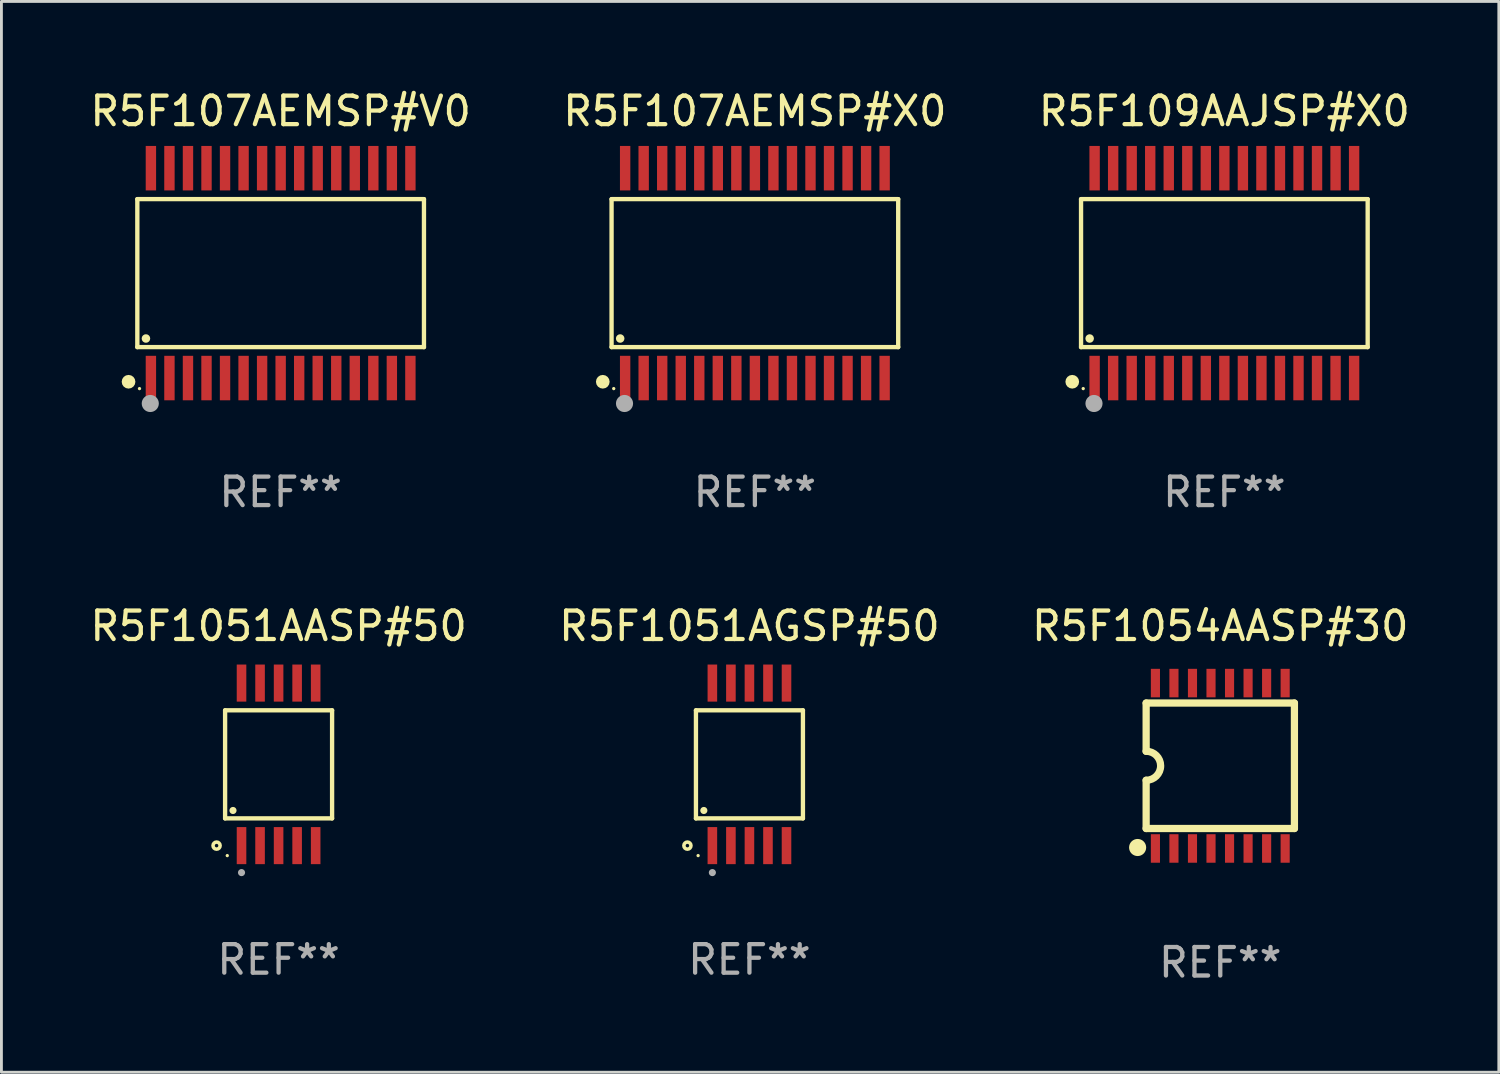
<source format=kicad_pcb>
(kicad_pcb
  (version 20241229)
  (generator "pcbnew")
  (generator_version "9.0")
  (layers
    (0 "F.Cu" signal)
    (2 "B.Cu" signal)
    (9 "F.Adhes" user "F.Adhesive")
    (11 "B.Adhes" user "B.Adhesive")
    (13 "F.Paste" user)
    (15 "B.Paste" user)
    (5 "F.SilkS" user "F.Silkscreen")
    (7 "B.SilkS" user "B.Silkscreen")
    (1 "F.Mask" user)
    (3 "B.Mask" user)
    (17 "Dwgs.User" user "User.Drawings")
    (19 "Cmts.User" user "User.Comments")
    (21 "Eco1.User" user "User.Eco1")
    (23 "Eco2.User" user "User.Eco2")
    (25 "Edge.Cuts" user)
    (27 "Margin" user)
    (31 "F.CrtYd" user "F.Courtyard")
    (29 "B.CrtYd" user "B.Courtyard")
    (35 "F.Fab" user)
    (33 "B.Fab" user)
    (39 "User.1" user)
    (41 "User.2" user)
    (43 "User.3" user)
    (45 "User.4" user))
  (footprint "R5F1054AASP#30"
    (layer "F.Cu")
    (at 39.744 23.805)
    (property "Reference" "R5F1054AASP#30" (at 0 -4.9 0) (layer "F.SilkS") (effects (font (size 1 1) (thickness 0.15))))
    (attr through_hole)
    (fp_line (start -2.6 -2.2) (end -2.6 -0.508) (stroke (width 0.254) (type solid)) (layer "F.SilkS"))
    (fp_line (start -2.6 2.2) (end -2.6 0.508) (stroke (width 0.254) (type solid)) (layer "F.SilkS"))
    (fp_line (start 2.6 -2.2) (end -2.6 -2.2) (stroke (width 0.254) (type solid)) (layer "F.SilkS"))
    (fp_line (start 2.6 -2.2) (end 2.6 2.2) (stroke (width 0.254) (type solid)) (layer "F.SilkS"))
    (fp_line (start 2.6 2.2) (end -2.6 2.2) (stroke (width 0.254) (type solid)) (layer "F.SilkS"))
    (fp_arc (start -2.600253 -0.508889) (mid -2.091796 -0.00057) (end -2.6 0.508001) (stroke (width 0.254001) (type solid)) (layer "F.SilkS"))
    (fp_circle (center -2.899 2.866) (end -2.749 2.866) (stroke (width 0.3) (type solid)) (fill no) (layer "F.SilkS"))
    (fp_text user "REF**" (at 0 6.9 0) (layer "F.Fab") (effects (font (size 1 1) (thickness 0.15))))
    (pad "1" smd rect (at -2.275 2.9) (size 0.32 1) (layers "F.Cu" "F.Mask" "F.Paste"))
    (pad "2" smd rect (at -1.625 2.9) (size 0.32 1) (layers "F.Cu" "F.Mask" "F.Paste"))
    (pad "3" smd rect (at -0.975 2.9) (size 0.32 1) (layers "F.Cu" "F.Mask" "F.Paste"))
    (pad "4" smd rect (at -0.325 2.9) (size 0.32 1) (layers "F.Cu" "F.Mask" "F.Paste"))
    (pad "5" smd rect (at 0.325 2.9) (size 0.32 1) (layers "F.Cu" "F.Mask" "F.Paste"))
    (pad "6" smd rect (at 0.975 2.9) (size 0.32 1) (layers "F.Cu" "F.Mask" "F.Paste"))
    (pad "7" smd rect (at 1.625 2.9) (size 0.32 1) (layers "F.Cu" "F.Mask" "F.Paste"))
    (pad "8" smd rect (at 2.275 2.9) (size 0.32 1) (layers "F.Cu" "F.Mask" "F.Paste"))
    (pad "9" smd rect (at 2.275 -2.9) (size 0.32 1) (layers "F.Cu" "F.Mask" "F.Paste"))
    (pad "10" smd rect (at 1.625 -2.9) (size 0.32 1) (layers "F.Cu" "F.Mask" "F.Paste"))
    (pad "11" smd rect (at 0.975 -2.9) (size 0.32 1) (layers "F.Cu" "F.Mask" "F.Paste"))
    (pad "12" smd rect (at 0.325 -2.9) (size 0.32 1) (layers "F.Cu" "F.Mask" "F.Paste"))
    (pad "13" smd rect (at -0.325 -2.9) (size 0.32 1) (layers "F.Cu" "F.Mask" "F.Paste"))
    (pad "14" smd rect (at -0.975 -2.9) (size 0.32 1) (layers "F.Cu" "F.Mask" "F.Paste"))
    (pad "15" smd rect (at -1.625 -2.9) (size 0.32 1) (layers "F.Cu" "F.Mask" "F.Paste"))
    (pad "16" smd rect (at -2.275 -2.9) (size 0.32 1) (layers "F.Cu" "F.Mask" "F.Paste")))
  (footprint "R5F1051AASP#50"
    (layer "F.Cu")
    (at 6.72 23.755)
    (property "Reference" "R5F1051AASP#50" (at 0 -4.85 0) (layer "F.SilkS") (effects (font (size 1 1) (thickness 0.15))))
    (attr through_hole)
    (fp_line (start -1.876 -1.895) (end 1.876 -1.895) (stroke (width 0.152) (type solid)) (layer "F.SilkS"))
    (fp_line (start -1.876 1.895) (end -1.876 -1.895) (stroke (width 0.152) (type solid)) (layer "F.SilkS"))
    (fp_line (start 1.876 -1.895) (end 1.876 1.895) (stroke (width 0.152) (type solid)) (layer "F.SilkS"))
    (fp_line (start 1.876 1.895) (end -1.876 1.895) (stroke (width 0.152) (type solid)) (layer "F.SilkS"))
    (fp_circle (center -2.175 2.85) (end -2.113 2.85) (stroke (width 0.125) (type solid)) (fill no) (layer "F.SilkS"))
    (fp_circle (center -1.8 3.2) (end -1.77 3.2) (stroke (width 0.06) (type solid)) (fill no) (layer "F.SilkS"))
    (fp_circle (center -1.599 1.618) (end -1.536 1.618) (stroke (width 0.125) (type solid)) (fill no) (layer "F.SilkS"))
    (fp_circle (center -1.3 3.796) (end -1.237 3.796) (stroke (width 0.125) (type solid)) (fill no) (layer "F.Fab"))
    (fp_text user "REF**" (at 0 6.85 0) (layer "F.Fab") (effects (font (size 1 1) (thickness 0.15))))
    (pad "1" smd rect (at -1.3 2.85) (size 0.336 1.3) (layers "F.Cu" "F.Mask" "F.Paste"))
    (pad "2" smd rect (at -0.65 2.85) (size 0.336 1.3) (layers "F.Cu" "F.Mask" "F.Paste"))
    (pad "3" smd rect (at 0 2.85) (size 0.336 1.3) (layers "F.Cu" "F.Mask" "F.Paste"))
    (pad "4" smd rect (at 0.65 2.85) (size 0.336 1.3) (layers "F.Cu" "F.Mask" "F.Paste"))
    (pad "5" smd rect (at 1.3 2.85) (size 0.336 1.3) (layers "F.Cu" "F.Mask" "F.Paste"))
    (pad "6" smd rect (at 1.3 -2.85) (size 0.336 1.3) (layers "F.Cu" "F.Mask" "F.Paste"))
    (pad "7" smd rect (at 0.65 -2.85) (size 0.336 1.3) (layers "F.Cu" "F.Mask" "F.Paste"))
    (pad "8" smd rect (at 0 -2.85) (size 0.336 1.3) (layers "F.Cu" "F.Mask" "F.Paste"))
    (pad "9" smd rect (at -0.65 -2.85) (size 0.336 1.3) (layers "F.Cu" "F.Mask" "F.Paste"))
    (pad "10" smd rect (at -1.3 -2.85) (size 0.336 1.3) (layers "F.Cu" "F.Mask" "F.Paste")))
  (footprint "R5F109AAJSP#X0"
    (layer "F.Cu")
    (at 39.887 6.528)
    (property "Reference" "R5F109AAJSP#X0" (at 0 -5.68 0) (layer "F.SilkS") (effects (font (size 1 1) (thickness 0.15))))
    (attr through_hole)
    (fp_line (start -5.026 -2.595) (end 5.026 -2.595) (stroke (width 0.152) (type solid)) (layer "F.SilkS"))
    (fp_line (start -5.026 2.595) (end -5.026 -2.595) (stroke (width 0.152) (type solid)) (layer "F.SilkS"))
    (fp_line (start 5.026 -2.595) (end 5.026 2.595) (stroke (width 0.152) (type solid)) (layer "F.SilkS"))
    (fp_line (start 5.026 2.595) (end -5.026 2.595) (stroke (width 0.152) (type solid)) (layer "F.SilkS"))
    (fp_circle (center -5.334 3.81) (end -5.214 3.81) (stroke (width 0.24) (type solid)) (fill no) (layer "F.SilkS"))
    (fp_circle (center -4.95 4.05) (end -4.92 4.05) (stroke (width 0.06) (type solid)) (fill no) (layer "F.SilkS"))
    (fp_circle (center -4.724 2.293) (end -4.649 2.293) (stroke (width 0.15) (type solid)) (fill no) (layer "F.SilkS"))
    (fp_circle (center -4.572 4.572) (end -4.422 4.572) (stroke (width 0.3) (type solid)) (fill no) (layer "F.Fab"))
    (fp_text user "REF**" (at 0 7.68 0) (layer "F.Fab") (effects (font (size 1 1) (thickness 0.15))))
    (pad "1" smd rect (at -4.55 3.68) (size 0.364 1.56) (layers "F.Cu" "F.Mask" "F.Paste"))
    (pad "2" smd rect (at -3.9 3.68) (size 0.364 1.56) (layers "F.Cu" "F.Mask" "F.Paste"))
    (pad "3" smd rect (at -3.25 3.68) (size 0.364 1.56) (layers "F.Cu" "F.Mask" "F.Paste"))
    (pad "4" smd rect (at -2.6 3.68) (size 0.364 1.56) (layers "F.Cu" "F.Mask" "F.Paste"))
    (pad "5" smd rect (at -1.95 3.68) (size 0.364 1.56) (layers "F.Cu" "F.Mask" "F.Paste"))
    (pad "6" smd rect (at -1.3 3.68) (size 0.364 1.56) (layers "F.Cu" "F.Mask" "F.Paste"))
    (pad "7" smd rect (at -0.65 3.68) (size 0.364 1.56) (layers "F.Cu" "F.Mask" "F.Paste"))
    (pad "8" smd rect (at -0.000013 3.68) (size 0.364 1.56) (layers "F.Cu" "F.Mask" "F.Paste"))
    (pad "9" smd rect (at 0.65 3.68) (size 0.364 1.56) (layers "F.Cu" "F.Mask" "F.Paste"))
    (pad "10" smd rect (at 1.3 3.68) (size 0.364 1.56) (layers "F.Cu" "F.Mask" "F.Paste"))
    (pad "11" smd rect (at 1.95 3.68) (size 0.364 1.56) (layers "F.Cu" "F.Mask" "F.Paste"))
    (pad "12" smd rect (at 2.6 3.68) (size 0.364 1.56) (layers "F.Cu" "F.Mask" "F.Paste"))
    (pad "13" smd rect (at 3.25 3.68) (size 0.364 1.56) (layers "F.Cu" "F.Mask" "F.Paste"))
    (pad "14" smd rect (at 3.9 3.68) (size 0.364 1.56) (layers "F.Cu" "F.Mask" "F.Paste"))
    (pad "15" smd rect (at 4.55 3.68) (size 0.364 1.56) (layers "F.Cu" "F.Mask" "F.Paste"))
    (pad "16" smd rect (at 4.55 -3.68) (size 0.364 1.56) (layers "F.Cu" "F.Mask" "F.Paste"))
    (pad "17" smd rect (at 3.9 -3.68) (size 0.364 1.56) (layers "F.Cu" "F.Mask" "F.Paste"))
    (pad "18" smd rect (at 3.25 -3.68) (size 0.364 1.56) (layers "F.Cu" "F.Mask" "F.Paste"))
    (pad "19" smd rect (at 2.6 -3.68) (size 0.364 1.56) (layers "F.Cu" "F.Mask" "F.Paste"))
    (pad "20" smd rect (at 1.95 -3.68) (size 0.364 1.56) (layers "F.Cu" "F.Mask" "F.Paste"))
    (pad "21" smd rect (at 1.3 -3.68) (size 0.364 1.56) (layers "F.Cu" "F.Mask" "F.Paste"))
    (pad "22" smd rect (at 0.65 -3.68) (size 0.364 1.56) (layers "F.Cu" "F.Mask" "F.Paste"))
    (pad "23" smd rect (at -0.000013 -3.68) (size 0.364 1.56) (layers "F.Cu" "F.Mask" "F.Paste"))
    (pad "24" smd rect (at -0.65 -3.68) (size 0.364 1.56) (layers "F.Cu" "F.Mask" "F.Paste"))
    (pad "25" smd rect (at -1.3 -3.68) (size 0.364 1.56) (layers "F.Cu" "F.Mask" "F.Paste"))
    (pad "26" smd rect (at -1.95 -3.68) (size 0.364 1.56) (layers "F.Cu" "F.Mask" "F.Paste"))
    (pad "27" smd rect (at -2.6 -3.68) (size 0.364 1.56) (layers "F.Cu" "F.Mask" "F.Paste"))
    (pad "28" smd rect (at -3.25 -3.68) (size 0.364 1.56) (layers "F.Cu" "F.Mask" "F.Paste"))
    (pad "29" smd rect (at -3.9 -3.68) (size 0.364 1.56) (layers "F.Cu" "F.Mask" "F.Paste"))
    (pad "30" smd rect (at -4.55 -3.68) (size 0.364 1.56) (layers "F.Cu" "F.Mask" "F.Paste")))
  (footprint "R5F1051AGSP#50"
    (layer "F.Cu")
    (at 23.232 23.755)
    (property "Reference" "R5F1051AGSP#50" (at 0 -4.85 0) (layer "F.SilkS") (effects (font (size 1 1) (thickness 0.15))))
    (attr through_hole)
    (fp_line (start -1.876 -1.895) (end 1.876 -1.895) (stroke (width 0.152) (type solid)) (layer "F.SilkS"))
    (fp_line (start -1.876 1.895) (end -1.876 -1.895) (stroke (width 0.152) (type solid)) (layer "F.SilkS"))
    (fp_line (start 1.876 -1.895) (end 1.876 1.895) (stroke (width 0.152) (type solid)) (layer "F.SilkS"))
    (fp_line (start 1.876 1.895) (end -1.876 1.895) (stroke (width 0.152) (type solid)) (layer "F.SilkS"))
    (fp_circle (center -2.175 2.85) (end -2.113 2.85) (stroke (width 0.125) (type solid)) (fill no) (layer "F.SilkS"))
    (fp_circle (center -1.8 3.2) (end -1.77 3.2) (stroke (width 0.06) (type solid)) (fill no) (layer "F.SilkS"))
    (fp_circle (center -1.599 1.618) (end -1.536 1.618) (stroke (width 0.125) (type solid)) (fill no) (layer "F.SilkS"))
    (fp_circle (center -1.3 3.796) (end -1.237 3.796) (stroke (width 0.125) (type solid)) (fill no) (layer "F.Fab"))
    (fp_text user "REF**" (at 0 6.85 0) (layer "F.Fab") (effects (font (size 1 1) (thickness 0.15))))
    (pad "1" smd rect (at -1.3 2.85) (size 0.336 1.3) (layers "F.Cu" "F.Mask" "F.Paste"))
    (pad "2" smd rect (at -0.65 2.85) (size 0.336 1.3) (layers "F.Cu" "F.Mask" "F.Paste"))
    (pad "3" smd rect (at 0 2.85) (size 0.336 1.3) (layers "F.Cu" "F.Mask" "F.Paste"))
    (pad "4" smd rect (at 0.65 2.85) (size 0.336 1.3) (layers "F.Cu" "F.Mask" "F.Paste"))
    (pad "5" smd rect (at 1.3 2.85) (size 0.336 1.3) (layers "F.Cu" "F.Mask" "F.Paste"))
    (pad "6" smd rect (at 1.3 -2.85) (size 0.336 1.3) (layers "F.Cu" "F.Mask" "F.Paste"))
    (pad "7" smd rect (at 0.65 -2.85) (size 0.336 1.3) (layers "F.Cu" "F.Mask" "F.Paste"))
    (pad "8" smd rect (at 0 -2.85) (size 0.336 1.3) (layers "F.Cu" "F.Mask" "F.Paste"))
    (pad "9" smd rect (at -0.65 -2.85) (size 0.336 1.3) (layers "F.Cu" "F.Mask" "F.Paste"))
    (pad "10" smd rect (at -1.3 -2.85) (size 0.336 1.3) (layers "F.Cu" "F.Mask" "F.Paste")))
  (footprint "R5F107AEMSP#X0"
    (layer "F.Cu")
    (at 23.423 6.528)
    (property "Reference" "R5F107AEMSP#X0" (at 0 -5.68 0) (layer "F.SilkS") (effects (font (size 1 1) (thickness 0.15))))
    (attr through_hole)
    (fp_line (start -5.026 -2.595) (end 5.026 -2.595) (stroke (width 0.152) (type solid)) (layer "F.SilkS"))
    (fp_line (start -5.026 2.595) (end -5.026 -2.595) (stroke (width 0.152) (type solid)) (layer "F.SilkS"))
    (fp_line (start 5.026 -2.595) (end 5.026 2.595) (stroke (width 0.152) (type solid)) (layer "F.SilkS"))
    (fp_line (start 5.026 2.595) (end -5.026 2.595) (stroke (width 0.152) (type solid)) (layer "F.SilkS"))
    (fp_circle (center -5.334 3.81) (end -5.214 3.81) (stroke (width 0.24) (type solid)) (fill no) (layer "F.SilkS"))
    (fp_circle (center -4.95 4.05) (end -4.92 4.05) (stroke (width 0.06) (type solid)) (fill no) (layer "F.SilkS"))
    (fp_circle (center -4.724 2.293) (end -4.649 2.293) (stroke (width 0.15) (type solid)) (fill no) (layer "F.SilkS"))
    (fp_circle (center -4.572 4.572) (end -4.422 4.572) (stroke (width 0.3) (type solid)) (fill no) (layer "F.Fab"))
    (fp_text user "REF**" (at 0 7.68 0) (layer "F.Fab") (effects (font (size 1 1) (thickness 0.15))))
    (pad "1" smd rect (at -4.55 3.68) (size 0.364 1.56) (layers "F.Cu" "F.Mask" "F.Paste"))
    (pad "2" smd rect (at -3.9 3.68) (size 0.364 1.56) (layers "F.Cu" "F.Mask" "F.Paste"))
    (pad "3" smd rect (at -3.25 3.68) (size 0.364 1.56) (layers "F.Cu" "F.Mask" "F.Paste"))
    (pad "4" smd rect (at -2.6 3.68) (size 0.364 1.56) (layers "F.Cu" "F.Mask" "F.Paste"))
    (pad "5" smd rect (at -1.95 3.68) (size 0.364 1.56) (layers "F.Cu" "F.Mask" "F.Paste"))
    (pad "6" smd rect (at -1.3 3.68) (size 0.364 1.56) (layers "F.Cu" "F.Mask" "F.Paste"))
    (pad "7" smd rect (at -0.65 3.68) (size 0.364 1.56) (layers "F.Cu" "F.Mask" "F.Paste"))
    (pad "8" smd rect (at -0.000013 3.68) (size 0.364 1.56) (layers "F.Cu" "F.Mask" "F.Paste"))
    (pad "9" smd rect (at 0.65 3.68) (size 0.364 1.56) (layers "F.Cu" "F.Mask" "F.Paste"))
    (pad "10" smd rect (at 1.3 3.68) (size 0.364 1.56) (layers "F.Cu" "F.Mask" "F.Paste"))
    (pad "11" smd rect (at 1.95 3.68) (size 0.364 1.56) (layers "F.Cu" "F.Mask" "F.Paste"))
    (pad "12" smd rect (at 2.6 3.68) (size 0.364 1.56) (layers "F.Cu" "F.Mask" "F.Paste"))
    (pad "13" smd rect (at 3.25 3.68) (size 0.364 1.56) (layers "F.Cu" "F.Mask" "F.Paste"))
    (pad "14" smd rect (at 3.9 3.68) (size 0.364 1.56) (layers "F.Cu" "F.Mask" "F.Paste"))
    (pad "15" smd rect (at 4.55 3.68) (size 0.364 1.56) (layers "F.Cu" "F.Mask" "F.Paste"))
    (pad "16" smd rect (at 4.55 -3.68) (size 0.364 1.56) (layers "F.Cu" "F.Mask" "F.Paste"))
    (pad "17" smd rect (at 3.9 -3.68) (size 0.364 1.56) (layers "F.Cu" "F.Mask" "F.Paste"))
    (pad "18" smd rect (at 3.25 -3.68) (size 0.364 1.56) (layers "F.Cu" "F.Mask" "F.Paste"))
    (pad "19" smd rect (at 2.6 -3.68) (size 0.364 1.56) (layers "F.Cu" "F.Mask" "F.Paste"))
    (pad "20" smd rect (at 1.95 -3.68) (size 0.364 1.56) (layers "F.Cu" "F.Mask" "F.Paste"))
    (pad "21" smd rect (at 1.3 -3.68) (size 0.364 1.56) (layers "F.Cu" "F.Mask" "F.Paste"))
    (pad "22" smd rect (at 0.65 -3.68) (size 0.364 1.56) (layers "F.Cu" "F.Mask" "F.Paste"))
    (pad "23" smd rect (at -0.000013 -3.68) (size 0.364 1.56) (layers "F.Cu" "F.Mask" "F.Paste"))
    (pad "24" smd rect (at -0.65 -3.68) (size 0.364 1.56) (layers "F.Cu" "F.Mask" "F.Paste"))
    (pad "25" smd rect (at -1.3 -3.68) (size 0.364 1.56) (layers "F.Cu" "F.Mask" "F.Paste"))
    (pad "26" smd rect (at -1.95 -3.68) (size 0.364 1.56) (layers "F.Cu" "F.Mask" "F.Paste"))
    (pad "27" smd rect (at -2.6 -3.68) (size 0.364 1.56) (layers "F.Cu" "F.Mask" "F.Paste"))
    (pad "28" smd rect (at -3.25 -3.68) (size 0.364 1.56) (layers "F.Cu" "F.Mask" "F.Paste"))
    (pad "29" smd rect (at -3.9 -3.68) (size 0.364 1.56) (layers "F.Cu" "F.Mask" "F.Paste"))
    (pad "30" smd rect (at -4.55 -3.68) (size 0.364 1.56) (layers "F.Cu" "F.Mask" "F.Paste")))
  (footprint "R5F107AEMSP#V0"
    (layer "F.Cu")
    (at 6.792 6.528)
    (property "Reference" "R5F107AEMSP#V0" (at 0 -5.68 0) (layer "F.SilkS") (effects (font (size 1 1) (thickness 0.15))))
    (attr through_hole)
    (fp_line (start -5.026 -2.595) (end 5.026 -2.595) (stroke (width 0.152) (type solid)) (layer "F.SilkS"))
    (fp_line (start -5.026 2.595) (end -5.026 -2.595) (stroke (width 0.152) (type solid)) (layer "F.SilkS"))
    (fp_line (start 5.026 -2.595) (end 5.026 2.595) (stroke (width 0.152) (type solid)) (layer "F.SilkS"))
    (fp_line (start 5.026 2.595) (end -5.026 2.595) (stroke (width 0.152) (type solid)) (layer "F.SilkS"))
    (fp_circle (center -5.334 3.81) (end -5.214 3.81) (stroke (width 0.24) (type solid)) (fill no) (layer "F.SilkS"))
    (fp_circle (center -4.95 4.05) (end -4.92 4.05) (stroke (width 0.06) (type solid)) (fill no) (layer "F.SilkS"))
    (fp_circle (center -4.724 2.293) (end -4.649 2.293) (stroke (width 0.15) (type solid)) (fill no) (layer "F.SilkS"))
    (fp_circle (center -4.572 4.572) (end -4.422 4.572) (stroke (width 0.3) (type solid)) (fill no) (layer "F.Fab"))
    (fp_text user "REF**" (at 0 7.68 0) (layer "F.Fab") (effects (font (size 1 1) (thickness 0.15))))
    (pad "1" smd rect (at -4.55 3.68) (size 0.364 1.56) (layers "F.Cu" "F.Mask" "F.Paste"))
    (pad "2" smd rect (at -3.9 3.68) (size 0.364 1.56) (layers "F.Cu" "F.Mask" "F.Paste"))
    (pad "3" smd rect (at -3.25 3.68) (size 0.364 1.56) (layers "F.Cu" "F.Mask" "F.Paste"))
    (pad "4" smd rect (at -2.6 3.68) (size 0.364 1.56) (layers "F.Cu" "F.Mask" "F.Paste"))
    (pad "5" smd rect (at -1.95 3.68) (size 0.364 1.56) (layers "F.Cu" "F.Mask" "F.Paste"))
    (pad "6" smd rect (at -1.3 3.68) (size 0.364 1.56) (layers "F.Cu" "F.Mask" "F.Paste"))
    (pad "7" smd rect (at -0.65 3.68) (size 0.364 1.56) (layers "F.Cu" "F.Mask" "F.Paste"))
    (pad "8" smd rect (at -0.000013 3.68) (size 0.364 1.56) (layers "F.Cu" "F.Mask" "F.Paste"))
    (pad "9" smd rect (at 0.65 3.68) (size 0.364 1.56) (layers "F.Cu" "F.Mask" "F.Paste"))
    (pad "10" smd rect (at 1.3 3.68) (size 0.364 1.56) (layers "F.Cu" "F.Mask" "F.Paste"))
    (pad "11" smd rect (at 1.95 3.68) (size 0.364 1.56) (layers "F.Cu" "F.Mask" "F.Paste"))
    (pad "12" smd rect (at 2.6 3.68) (size 0.364 1.56) (layers "F.Cu" "F.Mask" "F.Paste"))
    (pad "13" smd rect (at 3.25 3.68) (size 0.364 1.56) (layers "F.Cu" "F.Mask" "F.Paste"))
    (pad "14" smd rect (at 3.9 3.68) (size 0.364 1.56) (layers "F.Cu" "F.Mask" "F.Paste"))
    (pad "15" smd rect (at 4.55 3.68) (size 0.364 1.56) (layers "F.Cu" "F.Mask" "F.Paste"))
    (pad "16" smd rect (at 4.55 -3.68) (size 0.364 1.56) (layers "F.Cu" "F.Mask" "F.Paste"))
    (pad "17" smd rect (at 3.9 -3.68) (size 0.364 1.56) (layers "F.Cu" "F.Mask" "F.Paste"))
    (pad "18" smd rect (at 3.25 -3.68) (size 0.364 1.56) (layers "F.Cu" "F.Mask" "F.Paste"))
    (pad "19" smd rect (at 2.6 -3.68) (size 0.364 1.56) (layers "F.Cu" "F.Mask" "F.Paste"))
    (pad "20" smd rect (at 1.95 -3.68) (size 0.364 1.56) (layers "F.Cu" "F.Mask" "F.Paste"))
    (pad "21" smd rect (at 1.3 -3.68) (size 0.364 1.56) (layers "F.Cu" "F.Mask" "F.Paste"))
    (pad "22" smd rect (at 0.65 -3.68) (size 0.364 1.56) (layers "F.Cu" "F.Mask" "F.Paste"))
    (pad "23" smd rect (at -0.000013 -3.68) (size 0.364 1.56) (layers "F.Cu" "F.Mask" "F.Paste"))
    (pad "24" smd rect (at -0.65 -3.68) (size 0.364 1.56) (layers "F.Cu" "F.Mask" "F.Paste"))
    (pad "25" smd rect (at -1.3 -3.68) (size 0.364 1.56) (layers "F.Cu" "F.Mask" "F.Paste"))
    (pad "26" smd rect (at -1.95 -3.68) (size 0.364 1.56) (layers "F.Cu" "F.Mask" "F.Paste"))
    (pad "27" smd rect (at -2.6 -3.68) (size 0.364 1.56) (layers "F.Cu" "F.Mask" "F.Paste"))
    (pad "28" smd rect (at -3.25 -3.68) (size 0.364 1.56) (layers "F.Cu" "F.Mask" "F.Paste"))
    (pad "29" smd rect (at -3.9 -3.68) (size 0.364 1.56) (layers "F.Cu" "F.Mask" "F.Paste"))
    (pad "30" smd rect (at -4.55 -3.68) (size 0.364 1.56) (layers "F.Cu" "F.Mask" "F.Paste")))
  (gr_rect
    (start -3 -3)
    (end 49.512 34.553)
    (stroke (width 0.1) (type default))
    (fill no)
    (layer "Edge.Cuts")))
</source>
